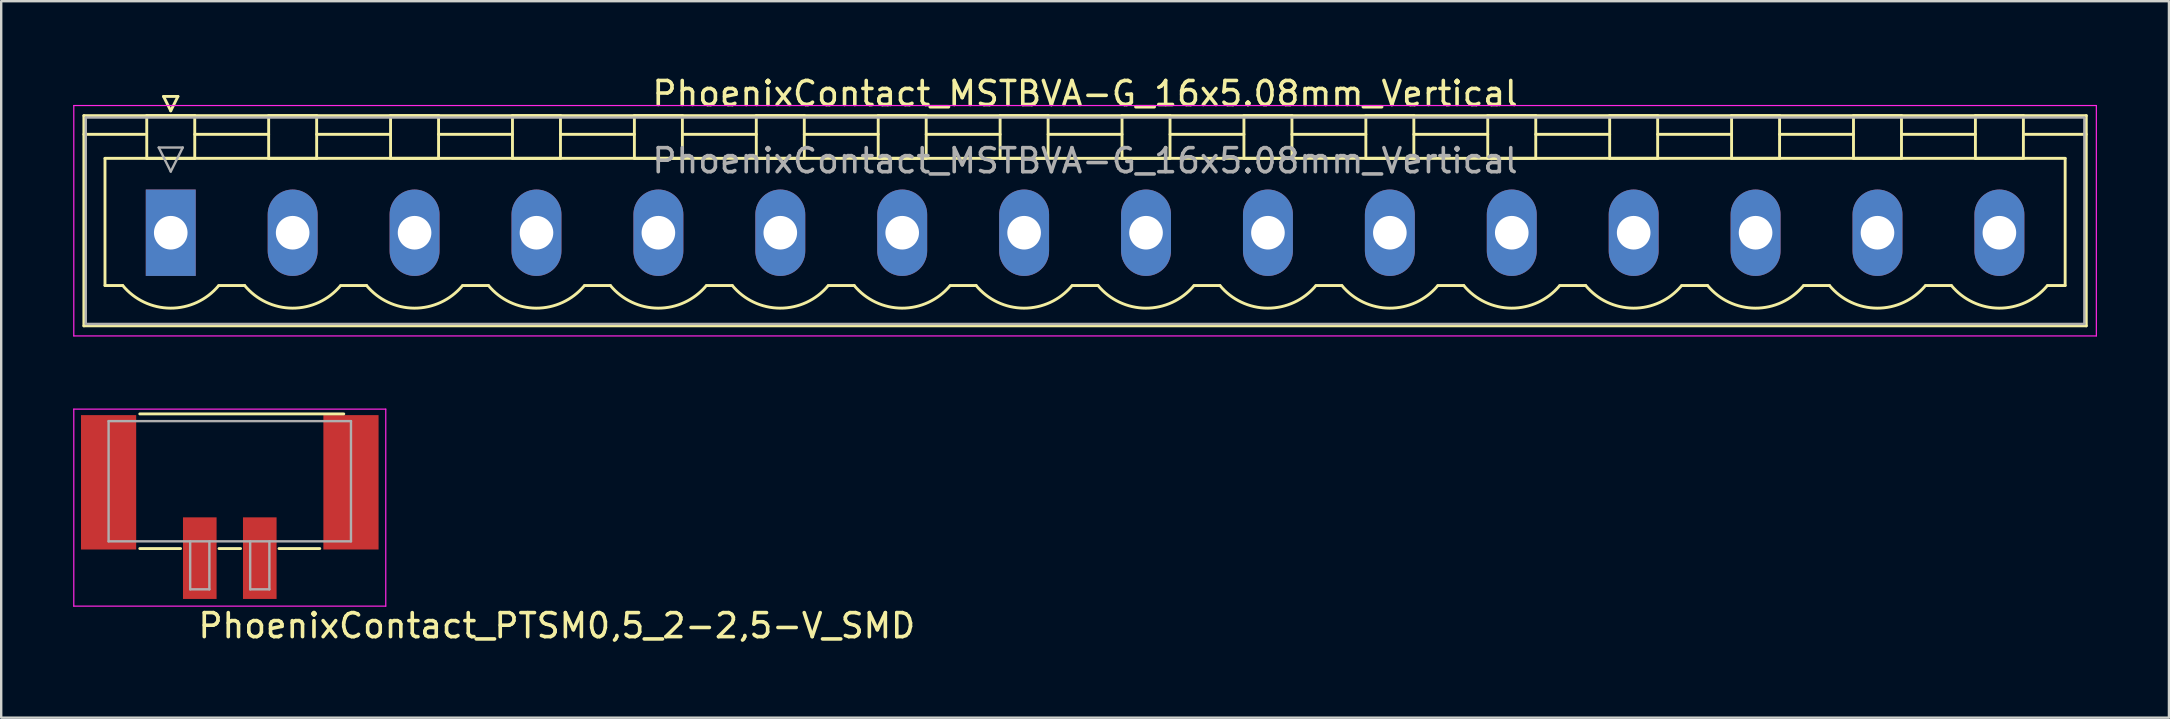
<source format=kicad_pcb>
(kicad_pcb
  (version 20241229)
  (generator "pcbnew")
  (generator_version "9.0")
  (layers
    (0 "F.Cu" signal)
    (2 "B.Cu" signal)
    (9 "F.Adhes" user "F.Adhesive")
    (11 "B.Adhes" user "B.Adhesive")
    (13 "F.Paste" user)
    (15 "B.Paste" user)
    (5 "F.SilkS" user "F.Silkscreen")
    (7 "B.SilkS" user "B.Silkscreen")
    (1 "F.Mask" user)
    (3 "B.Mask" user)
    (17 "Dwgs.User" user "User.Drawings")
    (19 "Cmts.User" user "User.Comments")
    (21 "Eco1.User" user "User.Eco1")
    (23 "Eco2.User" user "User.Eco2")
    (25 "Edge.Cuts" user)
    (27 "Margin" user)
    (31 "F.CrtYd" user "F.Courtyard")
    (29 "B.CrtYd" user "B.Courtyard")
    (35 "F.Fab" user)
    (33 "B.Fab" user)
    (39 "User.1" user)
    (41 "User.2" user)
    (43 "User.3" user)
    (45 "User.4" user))
  (footprint "PhoenixContact_PTSM0,5_2-2,5-V_SMD"
    (layer "F.Cu")
    (at 6.525 18.628)
    (property "Reference" "PhoenixContact_PTSM0,5_2-2,5-V_SMD" (at -1.4 4.98 0) (layer "F.SilkS") (effects (font (size 1 1) (thickness 0.15)) (justify left bottom)))
    (attr smd)
    (fp_line (start -3.75 -4.43) (end 4.75 -4.43) (stroke (width 0.12) (type solid)) (layer "F.SilkS"))
    (fp_line (start -2.05 1.18) (end -3.75 1.18) (stroke (width 0.12) (type solid)) (layer "F.SilkS"))
    (fp_line (start 0.45 1.18) (end -0.45 1.18) (stroke (width 0.12) (type solid)) (layer "F.SilkS"))
    (fp_line (start 3.75 1.18) (end 2.05 1.18) (stroke (width 0.12) (type solid)) (layer "F.SilkS"))
    (fp_line (start -6.5 -4.63) (end 6.5 -4.63) (stroke (width 0.05) (type solid)) (layer "F.CrtYd"))
    (fp_line (start -6.5 3.58) (end -6.5 -4.63) (stroke (width 0.05) (type solid)) (layer "F.CrtYd"))
    (fp_line (start 6.5 -4.63) (end 6.5 3.58) (stroke (width 0.05) (type solid)) (layer "F.CrtYd"))
    (fp_line (start 6.5 3.58) (end -6.5 3.58) (stroke (width 0.05) (type solid)) (layer "F.CrtYd"))
    (fp_line (start -5.05 -4.13) (end 5.05 -4.13) (stroke (width 0.1) (type solid)) (layer "F.Fab"))
    (fp_line (start -5.05 0.88) (end -5.05 -4.13) (stroke (width 0.1) (type solid)) (layer "F.Fab"))
    (fp_line (start -1.65 0.88) (end -1.65 2.88) (stroke (width 0.1) (type solid)) (layer "F.Fab"))
    (fp_line (start -1.65 2.88) (end -0.85 2.88) (stroke (width 0.1) (type solid)) (layer "F.Fab"))
    (fp_line (start -0.85 0.88) (end -0.85 2.88) (stroke (width 0.1) (type solid)) (layer "F.Fab"))
    (fp_line (start 0.85 0.88) (end 0.85 2.88) (stroke (width 0.1) (type solid)) (layer "F.Fab"))
    (fp_line (start 0.85 2.88) (end 1.65 2.88) (stroke (width 0.1) (type solid)) (layer "F.Fab"))
    (fp_line (start 1.65 0.88) (end 1.65 2.88) (stroke (width 0.1) (type solid)) (layer "F.Fab"))
    (fp_line (start 5.05 0.88) (end -5.05 0.88) (stroke (width 0.1) (type solid)) (layer "F.Fab"))
    (fp_line (start 5.05 0.88) (end 5.05 -4.13) (stroke (width 0.1) (type solid)) (layer "F.Fab"))
    (pad "" smd rect (at -5.05 -1.58 180) (size 2.3 5.6) (layers "F.Cu" "F.Mask" "F.Paste"))
    (pad "" smd rect (at 5.05 -1.58 180) (size 2.3 5.6) (layers "F.Cu" "F.Mask" "F.Paste"))
    (pad "1" smd rect (at -1.25 1.58 180) (size 1.4 3.4) (layers "F.Cu" "F.Mask" "F.Paste"))
    (pad "2" smd rect (at 1.25 1.58 180) (size 1.4 3.4) (layers "F.Cu" "F.Mask" "F.Paste")))
  (footprint "PhoenixContact_MSTBVA-G_16x5.08mm_Vertical"
    (layer "F.Cu")
    (at 4.065 6.648)
    (property "Reference" "PhoenixContact_MSTBVA-G_16x5.08mm_Vertical" (at 38.1 -5.8 0) (layer "F.SilkS") (effects (font (size 1 1) (thickness 0.15))))
    (attr through_hole)
    (fp_line (start -3.62 -4.88) (end -3.62 3.88) (stroke (width 0.12) (type solid)) (layer "F.SilkS"))
    (fp_line (start -3.62 -4.1) (end -1.08 -4.1) (stroke (width 0.12) (type solid)) (layer "F.SilkS"))
    (fp_line (start -3.62 3.88) (end 79.82 3.88) (stroke (width 0.12) (type solid)) (layer "F.SilkS"))
    (fp_line (start -2.74 -3.1) (end 78.94 -3.1) (stroke (width 0.12) (type solid)) (layer "F.SilkS"))
    (fp_line (start -2.74 2.2) (end -2.74 -3.1) (stroke (width 0.12) (type solid)) (layer "F.SilkS"))
    (fp_line (start -2 2.2) (end -2.74 2.2) (stroke (width 0.12) (type solid)) (layer "F.SilkS"))
    (fp_line (start -1 -4.88) (end 1 -4.88) (stroke (width 0.12) (type solid)) (layer "F.SilkS"))
    (fp_line (start -1 -3.1) (end -1 -4.88) (stroke (width 0.12) (type solid)) (layer "F.SilkS"))
    (fp_line (start -0.3 -5.68) (end 0.3 -5.68) (stroke (width 0.12) (type solid)) (layer "F.SilkS"))
    (fp_line (start 0 -5.08) (end -0.3 -5.68) (stroke (width 0.12) (type solid)) (layer "F.SilkS"))
    (fp_line (start 0.3 -5.68) (end 0 -5.08) (stroke (width 0.12) (type solid)) (layer "F.SilkS"))
    (fp_line (start 1 -4.88) (end 1 -3.1) (stroke (width 0.12) (type solid)) (layer "F.SilkS"))
    (fp_line (start 1 -4.1) (end 4.08 -4.1) (stroke (width 0.12) (type solid)) (layer "F.SilkS"))
    (fp_line (start 1 -3.1) (end -1 -3.1) (stroke (width 0.12) (type solid)) (layer "F.SilkS"))
    (fp_line (start 2 2.2) (end 3.08 2.2) (stroke (width 0.12) (type solid)) (layer "F.SilkS"))
    (fp_line (start 4.08 -4.88) (end 6.08 -4.88) (stroke (width 0.12) (type solid)) (layer "F.SilkS"))
    (fp_line (start 4.08 -3.1) (end 4.08 -4.88) (stroke (width 0.12) (type solid)) (layer "F.SilkS"))
    (fp_line (start 6.08 -4.88) (end 6.08 -3.1) (stroke (width 0.12) (type solid)) (layer "F.SilkS"))
    (fp_line (start 6.08 -4.1) (end 9.16 -4.1) (stroke (width 0.12) (type solid)) (layer "F.SilkS"))
    (fp_line (start 6.08 -3.1) (end 4.08 -3.1) (stroke (width 0.12) (type solid)) (layer "F.SilkS"))
    (fp_line (start 7.08 2.2) (end 8.16 2.2) (stroke (width 0.12) (type solid)) (layer "F.SilkS"))
    (fp_line (start 9.16 -4.88) (end 11.16 -4.88) (stroke (width 0.12) (type solid)) (layer "F.SilkS"))
    (fp_line (start 9.16 -3.1) (end 9.16 -4.88) (stroke (width 0.12) (type solid)) (layer "F.SilkS"))
    (fp_line (start 11.16 -4.88) (end 11.16 -3.1) (stroke (width 0.12) (type solid)) (layer "F.SilkS"))
    (fp_line (start 11.16 -4.1) (end 14.24 -4.1) (stroke (width 0.12) (type solid)) (layer "F.SilkS"))
    (fp_line (start 11.16 -3.1) (end 9.16 -3.1) (stroke (width 0.12) (type solid)) (layer "F.SilkS"))
    (fp_line (start 12.16 2.2) (end 13.24 2.2) (stroke (width 0.12) (type solid)) (layer "F.SilkS"))
    (fp_line (start 14.24 -4.88) (end 16.24 -4.88) (stroke (width 0.12) (type solid)) (layer "F.SilkS"))
    (fp_line (start 14.24 -3.1) (end 14.24 -4.88) (stroke (width 0.12) (type solid)) (layer "F.SilkS"))
    (fp_line (start 16.24 -4.88) (end 16.24 -3.1) (stroke (width 0.12) (type solid)) (layer "F.SilkS"))
    (fp_line (start 16.24 -4.1) (end 19.32 -4.1) (stroke (width 0.12) (type solid)) (layer "F.SilkS"))
    (fp_line (start 16.24 -3.1) (end 14.24 -3.1) (stroke (width 0.12) (type solid)) (layer "F.SilkS"))
    (fp_line (start 17.24 2.2) (end 18.32 2.2) (stroke (width 0.12) (type solid)) (layer "F.SilkS"))
    (fp_line (start 19.32 -4.88) (end 21.32 -4.88) (stroke (width 0.12) (type solid)) (layer "F.SilkS"))
    (fp_line (start 19.32 -3.1) (end 19.32 -4.88) (stroke (width 0.12) (type solid)) (layer "F.SilkS"))
    (fp_line (start 21.32 -4.88) (end 21.32 -3.1) (stroke (width 0.12) (type solid)) (layer "F.SilkS"))
    (fp_line (start 21.32 -4.1) (end 24.4 -4.1) (stroke (width 0.12) (type solid)) (layer "F.SilkS"))
    (fp_line (start 21.32 -3.1) (end 19.32 -3.1) (stroke (width 0.12) (type solid)) (layer "F.SilkS"))
    (fp_line (start 22.32 2.2) (end 23.4 2.2) (stroke (width 0.12) (type solid)) (layer "F.SilkS"))
    (fp_line (start 24.4 -4.88) (end 26.4 -4.88) (stroke (width 0.12) (type solid)) (layer "F.SilkS"))
    (fp_line (start 24.4 -3.1) (end 24.4 -4.88) (stroke (width 0.12) (type solid)) (layer "F.SilkS"))
    (fp_line (start 26.4 -4.88) (end 26.4 -3.1) (stroke (width 0.12) (type solid)) (layer "F.SilkS"))
    (fp_line (start 26.4 -4.1) (end 29.48 -4.1) (stroke (width 0.12) (type solid)) (layer "F.SilkS"))
    (fp_line (start 26.4 -3.1) (end 24.4 -3.1) (stroke (width 0.12) (type solid)) (layer "F.SilkS"))
    (fp_line (start 27.4 2.2) (end 28.48 2.2) (stroke (width 0.12) (type solid)) (layer "F.SilkS"))
    (fp_line (start 29.48 -4.88) (end 31.48 -4.88) (stroke (width 0.12) (type solid)) (layer "F.SilkS"))
    (fp_line (start 29.48 -3.1) (end 29.48 -4.88) (stroke (width 0.12) (type solid)) (layer "F.SilkS"))
    (fp_line (start 31.48 -4.88) (end 31.48 -3.1) (stroke (width 0.12) (type solid)) (layer "F.SilkS"))
    (fp_line (start 31.48 -4.1) (end 34.56 -4.1) (stroke (width 0.12) (type solid)) (layer "F.SilkS"))
    (fp_line (start 31.48 -3.1) (end 29.48 -3.1) (stroke (width 0.12) (type solid)) (layer "F.SilkS"))
    (fp_line (start 32.48 2.2) (end 33.56 2.2) (stroke (width 0.12) (type solid)) (layer "F.SilkS"))
    (fp_line (start 34.56 -4.88) (end 36.56 -4.88) (stroke (width 0.12) (type solid)) (layer "F.SilkS"))
    (fp_line (start 34.56 -3.1) (end 34.56 -4.88) (stroke (width 0.12) (type solid)) (layer "F.SilkS"))
    (fp_line (start 36.56 -4.88) (end 36.56 -3.1) (stroke (width 0.12) (type solid)) (layer "F.SilkS"))
    (fp_line (start 36.56 -4.1) (end 39.64 -4.1) (stroke (width 0.12) (type solid)) (layer "F.SilkS"))
    (fp_line (start 36.56 -3.1) (end 34.56 -3.1) (stroke (width 0.12) (type solid)) (layer "F.SilkS"))
    (fp_line (start 37.56 2.2) (end 38.64 2.2) (stroke (width 0.12) (type solid)) (layer "F.SilkS"))
    (fp_line (start 39.64 -4.88) (end 41.64 -4.88) (stroke (width 0.12) (type solid)) (layer "F.SilkS"))
    (fp_line (start 39.64 -3.1) (end 39.64 -4.88) (stroke (width 0.12) (type solid)) (layer "F.SilkS"))
    (fp_line (start 41.64 -4.88) (end 41.64 -3.1) (stroke (width 0.12) (type solid)) (layer "F.SilkS"))
    (fp_line (start 41.64 -4.1) (end 44.72 -4.1) (stroke (width 0.12) (type solid)) (layer "F.SilkS"))
    (fp_line (start 41.64 -3.1) (end 39.64 -3.1) (stroke (width 0.12) (type solid)) (layer "F.SilkS"))
    (fp_line (start 42.64 2.2) (end 43.72 2.2) (stroke (width 0.12) (type solid)) (layer "F.SilkS"))
    (fp_line (start 44.72 -4.88) (end 46.72 -4.88) (stroke (width 0.12) (type solid)) (layer "F.SilkS"))
    (fp_line (start 44.72 -3.1) (end 44.72 -4.88) (stroke (width 0.12) (type solid)) (layer "F.SilkS"))
    (fp_line (start 46.72 -4.88) (end 46.72 -3.1) (stroke (width 0.12) (type solid)) (layer "F.SilkS"))
    (fp_line (start 46.72 -4.1) (end 49.8 -4.1) (stroke (width 0.12) (type solid)) (layer "F.SilkS"))
    (fp_line (start 46.72 -3.1) (end 44.72 -3.1) (stroke (width 0.12) (type solid)) (layer "F.SilkS"))
    (fp_line (start 47.72 2.2) (end 48.8 2.2) (stroke (width 0.12) (type solid)) (layer "F.SilkS"))
    (fp_line (start 49.8 -4.88) (end 51.8 -4.88) (stroke (width 0.12) (type solid)) (layer "F.SilkS"))
    (fp_line (start 49.8 -3.1) (end 49.8 -4.88) (stroke (width 0.12) (type solid)) (layer "F.SilkS"))
    (fp_line (start 51.8 -4.88) (end 51.8 -3.1) (stroke (width 0.12) (type solid)) (layer "F.SilkS"))
    (fp_line (start 51.8 -4.1) (end 54.88 -4.1) (stroke (width 0.12) (type solid)) (layer "F.SilkS"))
    (fp_line (start 51.8 -3.1) (end 49.8 -3.1) (stroke (width 0.12) (type solid)) (layer "F.SilkS"))
    (fp_line (start 52.8 2.2) (end 53.88 2.2) (stroke (width 0.12) (type solid)) (layer "F.SilkS"))
    (fp_line (start 54.88 -4.88) (end 56.88 -4.88) (stroke (width 0.12) (type solid)) (layer "F.SilkS"))
    (fp_line (start 54.88 -3.1) (end 54.88 -4.88) (stroke (width 0.12) (type solid)) (layer "F.SilkS"))
    (fp_line (start 56.88 -4.88) (end 56.88 -3.1) (stroke (width 0.12) (type solid)) (layer "F.SilkS"))
    (fp_line (start 56.88 -4.1) (end 59.96 -4.1) (stroke (width 0.12) (type solid)) (layer "F.SilkS"))
    (fp_line (start 56.88 -3.1) (end 54.88 -3.1) (stroke (width 0.12) (type solid)) (layer "F.SilkS"))
    (fp_line (start 57.88 2.2) (end 58.96 2.2) (stroke (width 0.12) (type solid)) (layer "F.SilkS"))
    (fp_line (start 59.96 -4.88) (end 61.96 -4.88) (stroke (width 0.12) (type solid)) (layer "F.SilkS"))
    (fp_line (start 59.96 -3.1) (end 59.96 -4.88) (stroke (width 0.12) (type solid)) (layer "F.SilkS"))
    (fp_line (start 61.96 -4.88) (end 61.96 -3.1) (stroke (width 0.12) (type solid)) (layer "F.SilkS"))
    (fp_line (start 61.96 -4.1) (end 65.04 -4.1) (stroke (width 0.12) (type solid)) (layer "F.SilkS"))
    (fp_line (start 61.96 -3.1) (end 59.96 -3.1) (stroke (width 0.12) (type solid)) (layer "F.SilkS"))
    (fp_line (start 62.96 2.2) (end 64.04 2.2) (stroke (width 0.12) (type solid)) (layer "F.SilkS"))
    (fp_line (start 65.04 -4.88) (end 67.04 -4.88) (stroke (width 0.12) (type solid)) (layer "F.SilkS"))
    (fp_line (start 65.04 -3.1) (end 65.04 -4.88) (stroke (width 0.12) (type solid)) (layer "F.SilkS"))
    (fp_line (start 67.04 -4.88) (end 67.04 -3.1) (stroke (width 0.12) (type solid)) (layer "F.SilkS"))
    (fp_line (start 67.04 -4.1) (end 70.12 -4.1) (stroke (width 0.12) (type solid)) (layer "F.SilkS"))
    (fp_line (start 67.04 -3.1) (end 65.04 -3.1) (stroke (width 0.12) (type solid)) (layer "F.SilkS"))
    (fp_line (start 68.04 2.2) (end 69.12 2.2) (stroke (width 0.12) (type solid)) (layer "F.SilkS"))
    (fp_line (start 70.12 -4.88) (end 72.12 -4.88) (stroke (width 0.12) (type solid)) (layer "F.SilkS"))
    (fp_line (start 70.12 -3.1) (end 70.12 -4.88) (stroke (width 0.12) (type solid)) (layer "F.SilkS"))
    (fp_line (start 72.12 -4.88) (end 72.12 -3.1) (stroke (width 0.12) (type solid)) (layer "F.SilkS"))
    (fp_line (start 72.12 -4.1) (end 75.2 -4.1) (stroke (width 0.12) (type solid)) (layer "F.SilkS"))
    (fp_line (start 72.12 -3.1) (end 70.12 -3.1) (stroke (width 0.12) (type solid)) (layer "F.SilkS"))
    (fp_line (start 73.12 2.2) (end 74.2 2.2) (stroke (width 0.12) (type solid)) (layer "F.SilkS"))
    (fp_line (start 75.2 -4.88) (end 77.2 -4.88) (stroke (width 0.12) (type solid)) (layer "F.SilkS"))
    (fp_line (start 75.2 -3.1) (end 75.2 -4.88) (stroke (width 0.12) (type solid)) (layer "F.SilkS"))
    (fp_line (start 77.2 -4.88) (end 77.2 -3.1) (stroke (width 0.12) (type solid)) (layer "F.SilkS"))
    (fp_line (start 77.2 -3.1) (end 75.2 -3.1) (stroke (width 0.12) (type solid)) (layer "F.SilkS"))
    (fp_line (start 78.94 -3.1) (end 78.94 2.2) (stroke (width 0.12) (type solid)) (layer "F.SilkS"))
    (fp_line (start 78.94 2.2) (end 78.2 2.2) (stroke (width 0.12) (type solid)) (layer "F.SilkS"))
    (fp_line (start 79.82 -4.88) (end -3.62 -4.88) (stroke (width 0.12) (type solid)) (layer "F.SilkS"))
    (fp_line (start 79.82 -4.1) (end 77.28 -4.1) (stroke (width 0.12) (type solid)) (layer "F.SilkS"))
    (fp_line (start 79.82 3.88) (end 79.82 -4.88) (stroke (width 0.12) (type solid)) (layer "F.SilkS"))
    (fp_arc (start 1.986842 2.215821) (mid -0.010289 3.142758) (end -2 2.2) (stroke (width 0.12) (type solid)) (layer "F.SilkS"))
    (fp_arc (start 7.066842 2.215821) (mid 5.069711 3.142758) (end 3.08 2.2) (stroke (width 0.12) (type solid)) (layer "F.SilkS"))
    (fp_arc (start 12.146842 2.215821) (mid 10.149711 3.142758) (end 8.16 2.2) (stroke (width 0.12) (type solid)) (layer "F.SilkS"))
    (fp_arc (start 17.226842 2.215821) (mid 15.229711 3.142758) (end 13.24 2.2) (stroke (width 0.12) (type solid)) (layer "F.SilkS"))
    (fp_arc (start 22.306842 2.215821) (mid 20.309711 3.142758) (end 18.32 2.2) (stroke (width 0.12) (type solid)) (layer "F.SilkS"))
    (fp_arc (start 27.386842 2.215821) (mid 25.389711 3.142758) (end 23.4 2.2) (stroke (width 0.12) (type solid)) (layer "F.SilkS"))
    (fp_arc (start 32.466842 2.215821) (mid 30.469711 3.142758) (end 28.48 2.2) (stroke (width 0.12) (type solid)) (layer "F.SilkS"))
    (fp_arc (start 37.546842 2.215821) (mid 35.549711 3.142758) (end 33.56 2.2) (stroke (width 0.12) (type solid)) (layer "F.SilkS"))
    (fp_arc (start 42.626842 2.215821) (mid 40.629711 3.142758) (end 38.64 2.2) (stroke (width 0.12) (type solid)) (layer "F.SilkS"))
    (fp_arc (start 47.706842 2.215821) (mid 45.709711 3.142758) (end 43.72 2.2) (stroke (width 0.12) (type solid)) (layer "F.SilkS"))
    (fp_arc (start 52.786842 2.215821) (mid 50.789711 3.142758) (end 48.8 2.2) (stroke (width 0.12) (type solid)) (layer "F.SilkS"))
    (fp_arc (start 57.866842 2.215821) (mid 55.869711 3.142758) (end 53.88 2.2) (stroke (width 0.12) (type solid)) (layer "F.SilkS"))
    (fp_arc (start 62.946842 2.215821) (mid 60.949711 3.142758) (end 58.96 2.2) (stroke (width 0.12) (type solid)) (layer "F.SilkS"))
    (fp_arc (start 68.026842 2.215821) (mid 66.029711 3.142758) (end 64.04 2.2) (stroke (width 0.12) (type solid)) (layer "F.SilkS"))
    (fp_arc (start 73.106842 2.215821) (mid 71.109711 3.142758) (end 69.12 2.2) (stroke (width 0.12) (type solid)) (layer "F.SilkS"))
    (fp_arc (start 78.186842 2.215821) (mid 76.189711 3.142758) (end 74.2 2.2) (stroke (width 0.12) (type solid)) (layer "F.SilkS"))
    (fp_line (start -4.04 -5.3) (end -4.04 4.3) (stroke (width 0.05) (type solid)) (layer "F.CrtYd"))
    (fp_line (start -4.04 4.3) (end 80.24 4.3) (stroke (width 0.05) (type solid)) (layer "F.CrtYd"))
    (fp_line (start 80.24 -5.3) (end -4.04 -5.3) (stroke (width 0.05) (type solid)) (layer "F.CrtYd"))
    (fp_line (start 80.24 4.3) (end 80.24 -5.3) (stroke (width 0.05) (type solid)) (layer "F.CrtYd"))
    (fp_line (start -3.54 -4.8) (end -3.54 3.8) (stroke (width 0.1) (type solid)) (layer "F.Fab"))
    (fp_line (start -3.54 3.8) (end 79.74 3.8) (stroke (width 0.1) (type solid)) (layer "F.Fab"))
    (fp_line (start -0.5 -3.55) (end 0.5 -3.55) (stroke (width 0.1) (type solid)) (layer "F.Fab"))
    (fp_line (start 0 -2.55) (end -0.5 -3.55) (stroke (width 0.1) (type solid)) (layer "F.Fab"))
    (fp_line (start 0.5 -3.55) (end 0 -2.55) (stroke (width 0.1) (type solid)) (layer "F.Fab"))
    (fp_line (start 79.74 -4.8) (end -3.54 -4.8) (stroke (width 0.1) (type solid)) (layer "F.Fab"))
    (fp_line (start 79.74 3.8) (end 79.74 -4.8) (stroke (width 0.1) (type solid)) (layer "F.Fab"))
    (fp_text user "${REFERENCE}" (at 38.1 -3 0) (layer "F.Fab") (effects (font (size 1 1) (thickness 0.15))))
    (pad "1" thru_hole rect (at 0 0) (size 2.08 3.6) (drill 1.4) (layers "*.Cu" "*.Mask"))
    (pad "2" thru_hole oval (at 5.08 0) (size 2.08 3.6) (drill 1.4) (layers "*.Cu" "*.Mask"))
    (pad "3" thru_hole oval (at 10.16 0) (size 2.08 3.6) (drill 1.4) (layers "*.Cu" "*.Mask"))
    (pad "4" thru_hole oval (at 15.24 0) (size 2.08 3.6) (drill 1.4) (layers "*.Cu" "*.Mask"))
    (pad "5" thru_hole oval (at 20.32 0) (size 2.08 3.6) (drill 1.4) (layers "*.Cu" "*.Mask"))
    (pad "6" thru_hole oval (at 25.4 0) (size 2.08 3.6) (drill 1.4) (layers "*.Cu" "*.Mask"))
    (pad "7" thru_hole oval (at 30.48 0) (size 2.08 3.6) (drill 1.4) (layers "*.Cu" "*.Mask"))
    (pad "8" thru_hole oval (at 35.56 0) (size 2.08 3.6) (drill 1.4) (layers "*.Cu" "*.Mask"))
    (pad "9" thru_hole oval (at 40.64 0) (size 2.08 3.6) (drill 1.4) (layers "*.Cu" "*.Mask"))
    (pad "10" thru_hole oval (at 45.72 0) (size 2.08 3.6) (drill 1.4) (layers "*.Cu" "*.Mask"))
    (pad "11" thru_hole oval (at 50.8 0) (size 2.08 3.6) (drill 1.4) (layers "*.Cu" "*.Mask"))
    (pad "12" thru_hole oval (at 55.88 0) (size 2.08 3.6) (drill 1.4) (layers "*.Cu" "*.Mask"))
    (pad "13" thru_hole oval (at 60.96 0) (size 2.08 3.6) (drill 1.4) (layers "*.Cu" "*.Mask"))
    (pad "14" thru_hole oval (at 66.04 0) (size 2.08 3.6) (drill 1.4) (layers "*.Cu" "*.Mask"))
    (pad "15" thru_hole oval (at 71.12 0) (size 2.08 3.6) (drill 1.4) (layers "*.Cu" "*.Mask"))
    (pad "16" thru_hole oval (at 76.2 0) (size 2.08 3.6) (drill 1.4) (layers "*.Cu" "*.Mask")))
  (gr_rect
    (start -3 -3)
    (end 87.33 26.855)
    (stroke (width 0.1) (type default))
    (fill no)
    (layer "Edge.Cuts")))
</source>
